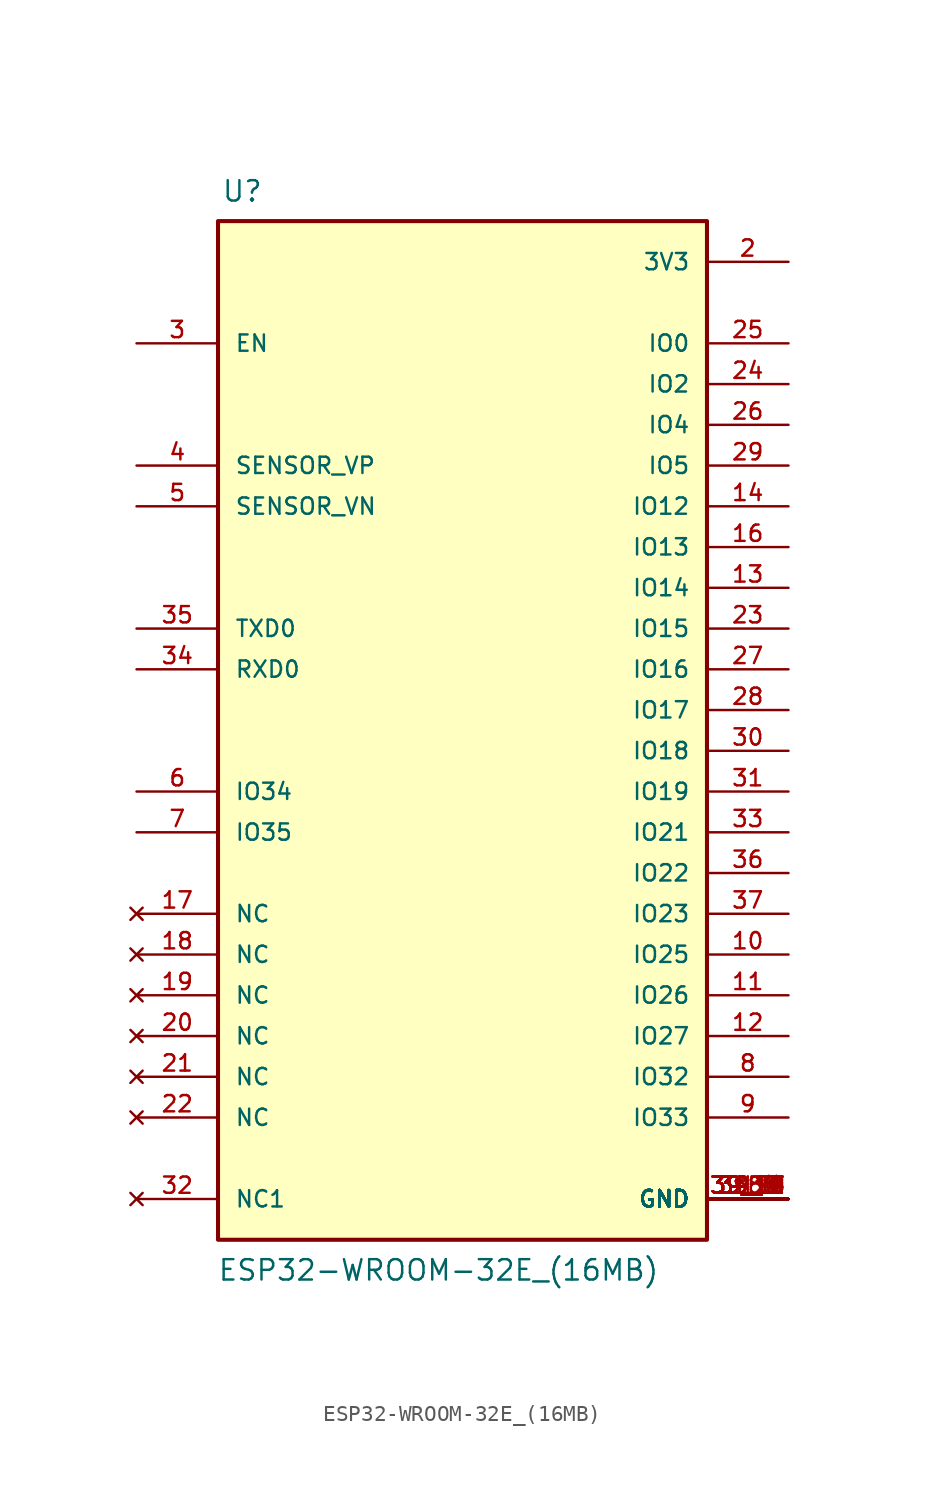
<source format=kicad_sym>
(kicad_symbol_lib
  (version 20211014)
  (generator kicad_symbol_editor)
  (symbol "ESP32-WROOM-32E_(16MB)"
    (pin_names
      (offset 1.016))
    (property "Reference" "U"
      (at -15.037 34.138 0)
      (effects (font (size 1.27 1.27)) (justify left bottom)))
    (property "Value" "ESP32-WROOM-32E_(16MB)"
      (at -15.291 -33.122 0)
      (effects (font (size 1.27 1.27)) (justify left bottom)))
    (property "ki_locked" ""
      (at 0 0 0)
      (effects (font (size 1.27 1.27))))
    (symbol "ESP32-WROOM-32E_(16MB)_0_0"
      (rectangle (start -15.24 -30.48) (end 15.24 33.02) (stroke (width 0.254) (type default) (color 0 0 0 0)) (fill (type background)))
      (pin power_in line (at 20.32 -27.94 180) (length 5.08) (name "GND" (effects (font (size 1.016 1.016)))) (number "1" (effects (font (size 1.016 1.016)))))
      (pin bidirectional line (at 20.32 -12.7 180) (length 5.08) (name "IO25" (effects (font (size 1.016 1.016)))) (number "10" (effects (font (size 1.016 1.016)))))
      (pin bidirectional line (at 20.32 -15.24 180) (length 5.08) (name "IO26" (effects (font (size 1.016 1.016)))) (number "11" (effects (font (size 1.016 1.016)))))
      (pin bidirectional line (at 20.32 -17.78 180) (length 5.08) (name "IO27" (effects (font (size 1.016 1.016)))) (number "12" (effects (font (size 1.016 1.016)))))
      (pin bidirectional line (at 20.32 10.16 180) (length 5.08) (name "IO14" (effects (font (size 1.016 1.016)))) (number "13" (effects (font (size 1.016 1.016)))))
      (pin bidirectional line (at 20.32 15.24 180) (length 5.08) (name "IO12" (effects (font (size 1.016 1.016)))) (number "14" (effects (font (size 1.016 1.016)))))
      (pin power_in line (at 20.32 -27.94 180) (length 5.08) (name "GND" (effects (font (size 1.016 1.016)))) (number "15" (effects (font (size 1.016 1.016)))))
      (pin bidirectional line (at 20.32 12.7 180) (length 5.08) (name "IO13" (effects (font (size 1.016 1.016)))) (number "16" (effects (font (size 1.016 1.016)))))
      (pin no_connect line (at -20.32 -10.16 0) (length 5.08) (name "NC" (effects (font (size 1.016 1.016)))) (number "17" (effects (font (size 1.016 1.016)))))
      (pin no_connect line (at -20.32 -12.7 0) (length 5.08) (name "NC" (effects (font (size 1.016 1.016)))) (number "18" (effects (font (size 1.016 1.016)))))
      (pin no_connect line (at -20.32 -15.24 0) (length 5.08) (name "NC" (effects (font (size 1.016 1.016)))) (number "19" (effects (font (size 1.016 1.016)))))
      (pin power_in line (at 20.32 30.48 180) (length 5.08) (name "3V3" (effects (font (size 1.016 1.016)))) (number "2" (effects (font (size 1.016 1.016)))))
      (pin no_connect line (at -20.32 -17.78 0) (length 5.08) (name "NC" (effects (font (size 1.016 1.016)))) (number "20" (effects (font (size 1.016 1.016)))))
      (pin no_connect line (at -20.32 -20.32 0) (length 5.08) (name "NC" (effects (font (size 1.016 1.016)))) (number "21" (effects (font (size 1.016 1.016)))))
      (pin no_connect line (at -20.32 -22.86 0) (length 5.08) (name "NC" (effects (font (size 1.016 1.016)))) (number "22" (effects (font (size 1.016 1.016)))))
      (pin bidirectional line (at 20.32 7.62 180) (length 5.08) (name "IO15" (effects (font (size 1.016 1.016)))) (number "23" (effects (font (size 1.016 1.016)))))
      (pin bidirectional line (at 20.32 22.86 180) (length 5.08) (name "IO2" (effects (font (size 1.016 1.016)))) (number "24" (effects (font (size 1.016 1.016)))))
      (pin bidirectional line (at 20.32 25.4 180) (length 5.08) (name "IO0" (effects (font (size 1.016 1.016)))) (number "25" (effects (font (size 1.016 1.016)))))
      (pin bidirectional line (at 20.32 20.32 180) (length 5.08) (name "IO4" (effects (font (size 1.016 1.016)))) (number "26" (effects (font (size 1.016 1.016)))))
      (pin bidirectional line (at 20.32 5.08 180) (length 5.08) (name "IO16" (effects (font (size 1.016 1.016)))) (number "27" (effects (font (size 1.016 1.016)))))
      (pin bidirectional line (at 20.32 2.54 180) (length 5.08) (name "IO17" (effects (font (size 1.016 1.016)))) (number "28" (effects (font (size 1.016 1.016)))))
      (pin bidirectional line (at 20.32 17.78 180) (length 5.08) (name "IO5" (effects (font (size 1.016 1.016)))) (number "29" (effects (font (size 1.016 1.016)))))
      (pin input line (at -20.32 25.4 0) (length 5.08) (name "EN" (effects (font (size 1.016 1.016)))) (number "3" (effects (font (size 1.016 1.016)))))
      (pin bidirectional line (at 20.32 0 180) (length 5.08) (name "IO18" (effects (font (size 1.016 1.016)))) (number "30" (effects (font (size 1.016 1.016)))))
      (pin bidirectional line (at 20.32 -2.54 180) (length 5.08) (name "IO19" (effects (font (size 1.016 1.016)))) (number "31" (effects (font (size 1.016 1.016)))))
      (pin no_connect line (at -20.32 -27.94 0) (length 5.08) (name "NC1" (effects (font (size 1.016 1.016)))) (number "32" (effects (font (size 1.016 1.016)))))
      (pin bidirectional line (at 20.32 -5.08 180) (length 5.08) (name "IO21" (effects (font (size 1.016 1.016)))) (number "33" (effects (font (size 1.016 1.016)))))
      (pin bidirectional line (at -20.32 5.08 0) (length 5.08) (name "RXD0" (effects (font (size 1.016 1.016)))) (number "34" (effects (font (size 1.016 1.016)))))
      (pin bidirectional line (at -20.32 7.62 0) (length 5.08) (name "TXD0" (effects (font (size 1.016 1.016)))) (number "35" (effects (font (size 1.016 1.016)))))
      (pin bidirectional line (at 20.32 -7.62 180) (length 5.08) (name "IO22" (effects (font (size 1.016 1.016)))) (number "36" (effects (font (size 1.016 1.016)))))
      (pin bidirectional line (at 20.32 -10.16 180) (length 5.08) (name "IO23" (effects (font (size 1.016 1.016)))) (number "37" (effects (font (size 1.016 1.016)))))
      (pin power_in line (at 20.32 -27.94 180) (length 5.08) (name "GND" (effects (font (size 1.016 1.016)))) (number "38" (effects (font (size 1.016 1.016)))))
      (pin power_in line (at 20.32 -27.94 180) (length 5.08) (name "GND" (effects (font (size 1.016 1.016)))) (number "39_1" (effects (font (size 1.016 1.016)))))
      (pin power_in line (at 20.32 -27.94 180) (length 5.08) (name "GND" (effects (font (size 1.016 1.016)))) (number "39_10" (effects (font (size 1.016 1.016)))))
      (pin power_in line (at 20.32 -27.94 180) (length 5.08) (name "GND" (effects (font (size 1.016 1.016)))) (number "39_11" (effects (font (size 1.016 1.016)))))
      (pin power_in line (at 20.32 -27.94 180) (length 5.08) (name "GND" (effects (font (size 1.016 1.016)))) (number "39_12" (effects (font (size 1.016 1.016)))))
      (pin power_in line (at 20.32 -27.94 180) (length 5.08) (name "GND" (effects (font (size 1.016 1.016)))) (number "39_13" (effects (font (size 1.016 1.016)))))
      (pin power_in line (at 20.32 -27.94 180) (length 5.08) (name "GND" (effects (font (size 1.016 1.016)))) (number "39_14" (effects (font (size 1.016 1.016)))))
      (pin power_in line (at 20.32 -27.94 180) (length 5.08) (name "GND" (effects (font (size 1.016 1.016)))) (number "39_15" (effects (font (size 1.016 1.016)))))
      (pin power_in line (at 20.32 -27.94 180) (length 5.08) (name "GND" (effects (font (size 1.016 1.016)))) (number "39_16" (effects (font (size 1.016 1.016)))))
      (pin power_in line (at 20.32 -27.94 180) (length 5.08) (name "GND" (effects (font (size 1.016 1.016)))) (number "39_17" (effects (font (size 1.016 1.016)))))
      (pin power_in line (at 20.32 -27.94 180) (length 5.08) (name "GND" (effects (font (size 1.016 1.016)))) (number "39_18" (effects (font (size 1.016 1.016)))))
      (pin power_in line (at 20.32 -27.94 180) (length 5.08) (name "GND" (effects (font (size 1.016 1.016)))) (number "39_19" (effects (font (size 1.016 1.016)))))
      (pin power_in line (at 20.32 -27.94 180) (length 5.08) (name "GND" (effects (font (size 1.016 1.016)))) (number "39_2" (effects (font (size 1.016 1.016)))))
      (pin power_in line (at 20.32 -27.94 180) (length 5.08) (name "GND" (effects (font (size 1.016 1.016)))) (number "39_20" (effects (font (size 1.016 1.016)))))
      (pin power_in line (at 20.32 -27.94 180) (length 5.08) (name "GND" (effects (font (size 1.016 1.016)))) (number "39_21" (effects (font (size 1.016 1.016)))))
      (pin power_in line (at 20.32 -27.94 180) (length 5.08) (name "GND" (effects (font (size 1.016 1.016)))) (number "39_3" (effects (font (size 1.016 1.016)))))
      (pin power_in line (at 20.32 -27.94 180) (length 5.08) (name "GND" (effects (font (size 1.016 1.016)))) (number "39_4" (effects (font (size 1.016 1.016)))))
      (pin power_in line (at 20.32 -27.94 180) (length 5.08) (name "GND" (effects (font (size 1.016 1.016)))) (number "39_5" (effects (font (size 1.016 1.016)))))
      (pin power_in line (at 20.32 -27.94 180) (length 5.08) (name "GND" (effects (font (size 1.016 1.016)))) (number "39_6" (effects (font (size 1.016 1.016)))))
      (pin power_in line (at 20.32 -27.94 180) (length 5.08) (name "GND" (effects (font (size 1.016 1.016)))) (number "39_7" (effects (font (size 1.016 1.016)))))
      (pin power_in line (at 20.32 -27.94 180) (length 5.08) (name "GND" (effects (font (size 1.016 1.016)))) (number "39_8" (effects (font (size 1.016 1.016)))))
      (pin power_in line (at 20.32 -27.94 180) (length 5.08) (name "GND" (effects (font (size 1.016 1.016)))) (number "39_9" (effects (font (size 1.016 1.016)))))
      (pin input line (at -20.32 17.78 0) (length 5.08) (name "SENSOR_VP" (effects (font (size 1.016 1.016)))) (number "4" (effects (font (size 1.016 1.016)))))
      (pin input line (at -20.32 15.24 0) (length 5.08) (name "SENSOR_VN" (effects (font (size 1.016 1.016)))) (number "5" (effects (font (size 1.016 1.016)))))
      (pin input line (at -20.32 -2.54 0) (length 5.08) (name "IO34" (effects (font (size 1.016 1.016)))) (number "6" (effects (font (size 1.016 1.016)))))
      (pin input line (at -20.32 -5.08 0) (length 5.08) (name "IO35" (effects (font (size 1.016 1.016)))) (number "7" (effects (font (size 1.016 1.016)))))
      (pin bidirectional line (at 20.32 -20.32 180) (length 5.08) (name "IO32" (effects (font (size 1.016 1.016)))) (number "8" (effects (font (size 1.016 1.016)))))
      (pin bidirectional line (at 20.32 -22.86 180) (length 5.08) (name "IO33" (effects (font (size 1.016 1.016)))) (number "9" (effects (font (size 1.016 1.016))))))))
</source>
